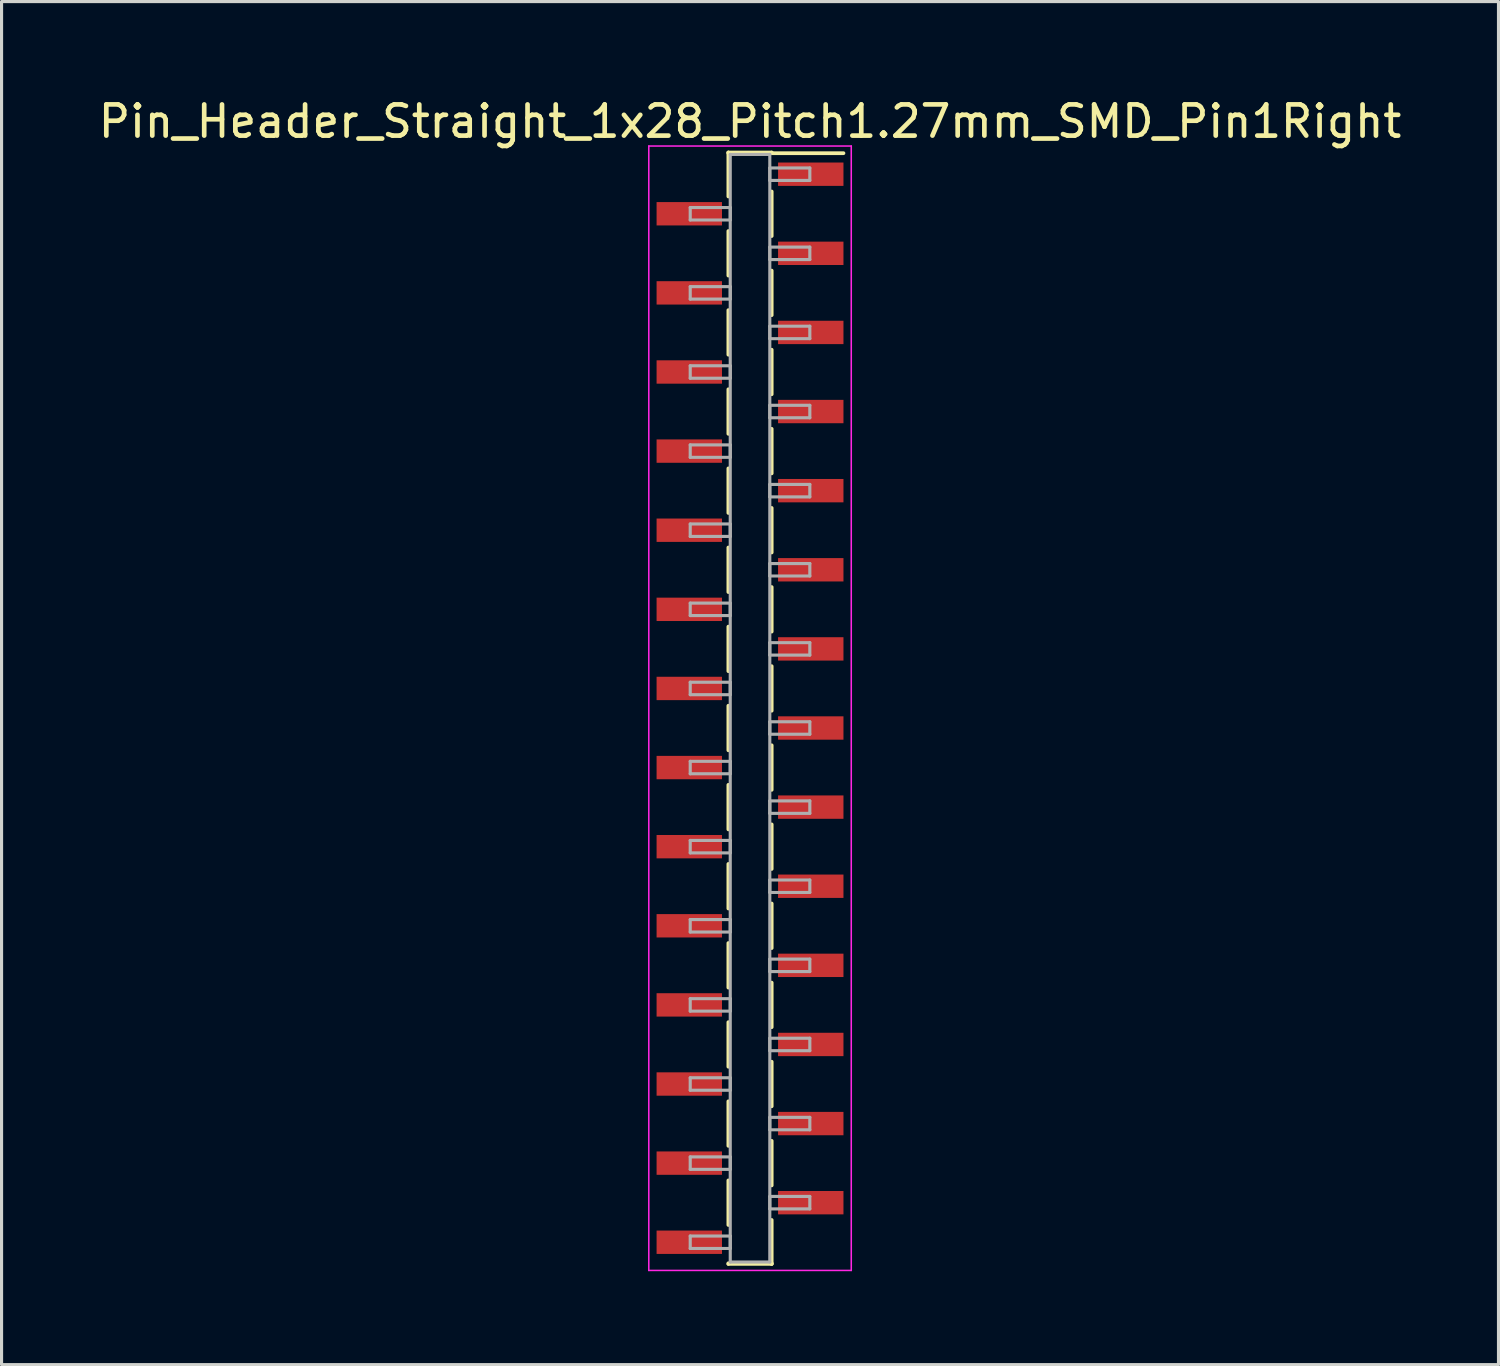
<source format=kicad_pcb>
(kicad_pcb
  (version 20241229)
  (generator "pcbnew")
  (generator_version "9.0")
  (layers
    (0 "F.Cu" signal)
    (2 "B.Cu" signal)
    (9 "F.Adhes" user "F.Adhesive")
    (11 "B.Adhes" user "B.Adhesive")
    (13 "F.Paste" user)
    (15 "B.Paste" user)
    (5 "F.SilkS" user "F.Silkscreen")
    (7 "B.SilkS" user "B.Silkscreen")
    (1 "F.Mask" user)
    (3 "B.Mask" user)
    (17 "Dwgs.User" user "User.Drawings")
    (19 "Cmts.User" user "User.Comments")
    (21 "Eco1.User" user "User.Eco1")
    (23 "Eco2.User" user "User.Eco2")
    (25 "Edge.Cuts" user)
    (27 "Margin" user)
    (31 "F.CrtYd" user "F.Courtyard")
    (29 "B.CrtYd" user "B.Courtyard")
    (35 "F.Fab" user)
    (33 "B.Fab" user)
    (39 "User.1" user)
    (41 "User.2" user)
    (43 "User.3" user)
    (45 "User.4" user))
  (footprint "Pin_Header_Straight_1x28_Pitch1.27mm_SMD_Pin1Right"
    (layer "F.Cu")
    (at 21.03 19.688)
    (property "Reference" "Pin_Header_Straight_1x28_Pitch1.27mm_SMD_Pin1Right" (at 0 -18.84 0) (layer "F.SilkS") (effects (font (size 1 1) (thickness 0.15))))
    (attr smd)
    (fp_line (start -0.695 -17.84) (end -0.695 -16.43) (stroke (width 0.12) (type solid)) (layer "F.SilkS"))
    (fp_line (start -0.695 -17.84) (end 0.695 -17.84) (stroke (width 0.12) (type solid)) (layer "F.SilkS"))
    (fp_line (start -0.695 -17.82) (end -0.695 -17.84) (stroke (width 0.12) (type solid)) (layer "F.SilkS"))
    (fp_line (start -0.695 -15.32) (end -0.695 -13.89) (stroke (width 0.12) (type solid)) (layer "F.SilkS"))
    (fp_line (start -0.695 -12.78) (end -0.695 -11.35) (stroke (width 0.12) (type solid)) (layer "F.SilkS"))
    (fp_line (start -0.695 -10.24) (end -0.695 -8.81) (stroke (width 0.12) (type solid)) (layer "F.SilkS"))
    (fp_line (start -0.695 -7.7) (end -0.695 -6.27) (stroke (width 0.12) (type solid)) (layer "F.SilkS"))
    (fp_line (start -0.695 -5.16) (end -0.695 -3.73) (stroke (width 0.12) (type solid)) (layer "F.SilkS"))
    (fp_line (start -0.695 -2.62) (end -0.695 -1.19) (stroke (width 0.12) (type solid)) (layer "F.SilkS"))
    (fp_line (start -0.695 -0.08) (end -0.695 1.35) (stroke (width 0.12) (type solid)) (layer "F.SilkS"))
    (fp_line (start -0.695 2.46) (end -0.695 3.89) (stroke (width 0.12) (type solid)) (layer "F.SilkS"))
    (fp_line (start -0.695 5) (end -0.695 6.43) (stroke (width 0.12) (type solid)) (layer "F.SilkS"))
    (fp_line (start -0.695 7.54) (end -0.695 8.97) (stroke (width 0.12) (type solid)) (layer "F.SilkS"))
    (fp_line (start -0.695 10.08) (end -0.695 11.51) (stroke (width 0.12) (type solid)) (layer "F.SilkS"))
    (fp_line (start -0.695 12.62) (end -0.695 14.05) (stroke (width 0.12) (type solid)) (layer "F.SilkS"))
    (fp_line (start -0.695 15.16) (end -0.695 16.59) (stroke (width 0.12) (type solid)) (layer "F.SilkS"))
    (fp_line (start -0.695 17.82) (end -0.695 17.84) (stroke (width 0.12) (type solid)) (layer "F.SilkS"))
    (fp_line (start -0.695 17.84) (end 0.695 17.84) (stroke (width 0.12) (type solid)) (layer "F.SilkS"))
    (fp_line (start 0.695 -17.84) (end 0.695 -17.82) (stroke (width 0.12) (type solid)) (layer "F.SilkS"))
    (fp_line (start 0.695 -17.82) (end 3 -17.82) (stroke (width 0.12) (type solid)) (layer "F.SilkS"))
    (fp_line (start 0.695 -16.59) (end 0.695 -15.16) (stroke (width 0.12) (type solid)) (layer "F.SilkS"))
    (fp_line (start 0.695 -14.05) (end 0.695 -12.62) (stroke (width 0.12) (type solid)) (layer "F.SilkS"))
    (fp_line (start 0.695 -11.51) (end 0.695 -10.08) (stroke (width 0.12) (type solid)) (layer "F.SilkS"))
    (fp_line (start 0.695 -8.97) (end 0.695 -7.54) (stroke (width 0.12) (type solid)) (layer "F.SilkS"))
    (fp_line (start 0.695 -6.43) (end 0.695 -5) (stroke (width 0.12) (type solid)) (layer "F.SilkS"))
    (fp_line (start 0.695 -3.89) (end 0.695 -2.46) (stroke (width 0.12) (type solid)) (layer "F.SilkS"))
    (fp_line (start 0.695 -1.35) (end 0.695 0.08) (stroke (width 0.12) (type solid)) (layer "F.SilkS"))
    (fp_line (start 0.695 1.19) (end 0.695 2.62) (stroke (width 0.12) (type solid)) (layer "F.SilkS"))
    (fp_line (start 0.695 3.73) (end 0.695 5.16) (stroke (width 0.12) (type solid)) (layer "F.SilkS"))
    (fp_line (start 0.695 6.27) (end 0.695 7.7) (stroke (width 0.12) (type solid)) (layer "F.SilkS"))
    (fp_line (start 0.695 8.81) (end 0.695 10.24) (stroke (width 0.12) (type solid)) (layer "F.SilkS"))
    (fp_line (start 0.695 11.35) (end 0.695 12.78) (stroke (width 0.12) (type solid)) (layer "F.SilkS"))
    (fp_line (start 0.695 13.89) (end 0.695 15.32) (stroke (width 0.12) (type solid)) (layer "F.SilkS"))
    (fp_line (start 0.695 16.43) (end 0.695 17.84) (stroke (width 0.12) (type solid)) (layer "F.SilkS"))
    (fp_line (start 0.695 17.84) (end 0.695 17.82) (stroke (width 0.12) (type solid)) (layer "F.SilkS"))
    (fp_line (start -3.25 -18.05) (end -3.25 18.05) (stroke (width 0.05) (type solid)) (layer "F.CrtYd"))
    (fp_line (start -3.25 18.05) (end 3.25 18.05) (stroke (width 0.05) (type solid)) (layer "F.CrtYd"))
    (fp_line (start 3.25 -18.05) (end -3.25 -18.05) (stroke (width 0.05) (type solid)) (layer "F.CrtYd"))
    (fp_line (start 3.25 18.05) (end 3.25 -18.05) (stroke (width 0.05) (type solid)) (layer "F.CrtYd"))
    (fp_line (start -1.92 -16.075) (end -0.635 -16.075) (stroke (width 0.1) (type solid)) (layer "F.Fab"))
    (fp_line (start -1.92 -15.675) (end -1.92 -16.075) (stroke (width 0.1) (type solid)) (layer "F.Fab"))
    (fp_line (start -1.92 -13.535) (end -0.635 -13.535) (stroke (width 0.1) (type solid)) (layer "F.Fab"))
    (fp_line (start -1.92 -13.135) (end -1.92 -13.535) (stroke (width 0.1) (type solid)) (layer "F.Fab"))
    (fp_line (start -1.92 -10.995) (end -0.635 -10.995) (stroke (width 0.1) (type solid)) (layer "F.Fab"))
    (fp_line (start -1.92 -10.595) (end -1.92 -10.995) (stroke (width 0.1) (type solid)) (layer "F.Fab"))
    (fp_line (start -1.92 -8.455) (end -0.635 -8.455) (stroke (width 0.1) (type solid)) (layer "F.Fab"))
    (fp_line (start -1.92 -8.055) (end -1.92 -8.455) (stroke (width 0.1) (type solid)) (layer "F.Fab"))
    (fp_line (start -1.92 -5.915) (end -0.635 -5.915) (stroke (width 0.1) (type solid)) (layer "F.Fab"))
    (fp_line (start -1.92 -5.515) (end -1.92 -5.915) (stroke (width 0.1) (type solid)) (layer "F.Fab"))
    (fp_line (start -1.92 -3.375) (end -0.635 -3.375) (stroke (width 0.1) (type solid)) (layer "F.Fab"))
    (fp_line (start -1.92 -2.975) (end -1.92 -3.375) (stroke (width 0.1) (type solid)) (layer "F.Fab"))
    (fp_line (start -1.92 -0.835) (end -0.635 -0.835) (stroke (width 0.1) (type solid)) (layer "F.Fab"))
    (fp_line (start -1.92 -0.435) (end -1.92 -0.835) (stroke (width 0.1) (type solid)) (layer "F.Fab"))
    (fp_line (start -1.92 1.705) (end -0.635 1.705) (stroke (width 0.1) (type solid)) (layer "F.Fab"))
    (fp_line (start -1.92 2.105) (end -1.92 1.705) (stroke (width 0.1) (type solid)) (layer "F.Fab"))
    (fp_line (start -1.92 4.245) (end -0.635 4.245) (stroke (width 0.1) (type solid)) (layer "F.Fab"))
    (fp_line (start -1.92 4.645) (end -1.92 4.245) (stroke (width 0.1) (type solid)) (layer "F.Fab"))
    (fp_line (start -1.92 6.785) (end -0.635 6.785) (stroke (width 0.1) (type solid)) (layer "F.Fab"))
    (fp_line (start -1.92 7.185) (end -1.92 6.785) (stroke (width 0.1) (type solid)) (layer "F.Fab"))
    (fp_line (start -1.92 9.325) (end -0.635 9.325) (stroke (width 0.1) (type solid)) (layer "F.Fab"))
    (fp_line (start -1.92 9.725) (end -1.92 9.325) (stroke (width 0.1) (type solid)) (layer "F.Fab"))
    (fp_line (start -1.92 11.865) (end -0.635 11.865) (stroke (width 0.1) (type solid)) (layer "F.Fab"))
    (fp_line (start -1.92 12.265) (end -1.92 11.865) (stroke (width 0.1) (type solid)) (layer "F.Fab"))
    (fp_line (start -1.92 14.405) (end -0.635 14.405) (stroke (width 0.1) (type solid)) (layer "F.Fab"))
    (fp_line (start -1.92 14.805) (end -1.92 14.405) (stroke (width 0.1) (type solid)) (layer "F.Fab"))
    (fp_line (start -1.92 16.945) (end -0.635 16.945) (stroke (width 0.1) (type solid)) (layer "F.Fab"))
    (fp_line (start -1.92 17.345) (end -1.92 16.945) (stroke (width 0.1) (type solid)) (layer "F.Fab"))
    (fp_line (start -0.635 -17.78) (end -0.635 17.78) (stroke (width 0.1) (type solid)) (layer "F.Fab"))
    (fp_line (start -0.635 -16.075) (end -0.635 -15.675) (stroke (width 0.1) (type solid)) (layer "F.Fab"))
    (fp_line (start -0.635 -15.675) (end -1.92 -15.675) (stroke (width 0.1) (type solid)) (layer "F.Fab"))
    (fp_line (start -0.635 -13.535) (end -0.635 -13.135) (stroke (width 0.1) (type solid)) (layer "F.Fab"))
    (fp_line (start -0.635 -13.135) (end -1.92 -13.135) (stroke (width 0.1) (type solid)) (layer "F.Fab"))
    (fp_line (start -0.635 -10.995) (end -0.635 -10.595) (stroke (width 0.1) (type solid)) (layer "F.Fab"))
    (fp_line (start -0.635 -10.595) (end -1.92 -10.595) (stroke (width 0.1) (type solid)) (layer "F.Fab"))
    (fp_line (start -0.635 -8.455) (end -0.635 -8.055) (stroke (width 0.1) (type solid)) (layer "F.Fab"))
    (fp_line (start -0.635 -8.055) (end -1.92 -8.055) (stroke (width 0.1) (type solid)) (layer "F.Fab"))
    (fp_line (start -0.635 -5.915) (end -0.635 -5.515) (stroke (width 0.1) (type solid)) (layer "F.Fab"))
    (fp_line (start -0.635 -5.515) (end -1.92 -5.515) (stroke (width 0.1) (type solid)) (layer "F.Fab"))
    (fp_line (start -0.635 -3.375) (end -0.635 -2.975) (stroke (width 0.1) (type solid)) (layer "F.Fab"))
    (fp_line (start -0.635 -2.975) (end -1.92 -2.975) (stroke (width 0.1) (type solid)) (layer "F.Fab"))
    (fp_line (start -0.635 -0.835) (end -0.635 -0.435) (stroke (width 0.1) (type solid)) (layer "F.Fab"))
    (fp_line (start -0.635 -0.435) (end -1.92 -0.435) (stroke (width 0.1) (type solid)) (layer "F.Fab"))
    (fp_line (start -0.635 1.705) (end -0.635 2.105) (stroke (width 0.1) (type solid)) (layer "F.Fab"))
    (fp_line (start -0.635 2.105) (end -1.92 2.105) (stroke (width 0.1) (type solid)) (layer "F.Fab"))
    (fp_line (start -0.635 4.245) (end -0.635 4.645) (stroke (width 0.1) (type solid)) (layer "F.Fab"))
    (fp_line (start -0.635 4.645) (end -1.92 4.645) (stroke (width 0.1) (type solid)) (layer "F.Fab"))
    (fp_line (start -0.635 6.785) (end -0.635 7.185) (stroke (width 0.1) (type solid)) (layer "F.Fab"))
    (fp_line (start -0.635 7.185) (end -1.92 7.185) (stroke (width 0.1) (type solid)) (layer "F.Fab"))
    (fp_line (start -0.635 9.325) (end -0.635 9.725) (stroke (width 0.1) (type solid)) (layer "F.Fab"))
    (fp_line (start -0.635 9.725) (end -1.92 9.725) (stroke (width 0.1) (type solid)) (layer "F.Fab"))
    (fp_line (start -0.635 11.865) (end -0.635 12.265) (stroke (width 0.1) (type solid)) (layer "F.Fab"))
    (fp_line (start -0.635 12.265) (end -1.92 12.265) (stroke (width 0.1) (type solid)) (layer "F.Fab"))
    (fp_line (start -0.635 14.405) (end -0.635 14.805) (stroke (width 0.1) (type solid)) (layer "F.Fab"))
    (fp_line (start -0.635 14.805) (end -1.92 14.805) (stroke (width 0.1) (type solid)) (layer "F.Fab"))
    (fp_line (start -0.635 16.945) (end -0.635 17.345) (stroke (width 0.1) (type solid)) (layer "F.Fab"))
    (fp_line (start -0.635 17.345) (end -1.92 17.345) (stroke (width 0.1) (type solid)) (layer "F.Fab"))
    (fp_line (start -0.635 17.78) (end 0.635 17.78) (stroke (width 0.1) (type solid)) (layer "F.Fab"))
    (fp_line (start 0.635 -17.78) (end -0.635 -17.78) (stroke (width 0.1) (type solid)) (layer "F.Fab"))
    (fp_line (start 0.635 -17.345) (end 0.635 -16.945) (stroke (width 0.1) (type solid)) (layer "F.Fab"))
    (fp_line (start 0.635 -16.945) (end 1.92 -16.945) (stroke (width 0.1) (type solid)) (layer "F.Fab"))
    (fp_line (start 0.635 -14.805) (end 0.635 -14.405) (stroke (width 0.1) (type solid)) (layer "F.Fab"))
    (fp_line (start 0.635 -14.405) (end 1.92 -14.405) (stroke (width 0.1) (type solid)) (layer "F.Fab"))
    (fp_line (start 0.635 -12.265) (end 0.635 -11.865) (stroke (width 0.1) (type solid)) (layer "F.Fab"))
    (fp_line (start 0.635 -11.865) (end 1.92 -11.865) (stroke (width 0.1) (type solid)) (layer "F.Fab"))
    (fp_line (start 0.635 -9.725) (end 0.635 -9.325) (stroke (width 0.1) (type solid)) (layer "F.Fab"))
    (fp_line (start 0.635 -9.325) (end 1.92 -9.325) (stroke (width 0.1) (type solid)) (layer "F.Fab"))
    (fp_line (start 0.635 -7.185) (end 0.635 -6.785) (stroke (width 0.1) (type solid)) (layer "F.Fab"))
    (fp_line (start 0.635 -6.785) (end 1.92 -6.785) (stroke (width 0.1) (type solid)) (layer "F.Fab"))
    (fp_line (start 0.635 -4.645) (end 0.635 -4.245) (stroke (width 0.1) (type solid)) (layer "F.Fab"))
    (fp_line (start 0.635 -4.245) (end 1.92 -4.245) (stroke (width 0.1) (type solid)) (layer "F.Fab"))
    (fp_line (start 0.635 -2.105) (end 0.635 -1.705) (stroke (width 0.1) (type solid)) (layer "F.Fab"))
    (fp_line (start 0.635 -1.705) (end 1.92 -1.705) (stroke (width 0.1) (type solid)) (layer "F.Fab"))
    (fp_line (start 0.635 0.435) (end 0.635 0.835) (stroke (width 0.1) (type solid)) (layer "F.Fab"))
    (fp_line (start 0.635 0.835) (end 1.92 0.835) (stroke (width 0.1) (type solid)) (layer "F.Fab"))
    (fp_line (start 0.635 2.975) (end 0.635 3.375) (stroke (width 0.1) (type solid)) (layer "F.Fab"))
    (fp_line (start 0.635 3.375) (end 1.92 3.375) (stroke (width 0.1) (type solid)) (layer "F.Fab"))
    (fp_line (start 0.635 5.515) (end 0.635 5.915) (stroke (width 0.1) (type solid)) (layer "F.Fab"))
    (fp_line (start 0.635 5.915) (end 1.92 5.915) (stroke (width 0.1) (type solid)) (layer "F.Fab"))
    (fp_line (start 0.635 8.055) (end 0.635 8.455) (stroke (width 0.1) (type solid)) (layer "F.Fab"))
    (fp_line (start 0.635 8.455) (end 1.92 8.455) (stroke (width 0.1) (type solid)) (layer "F.Fab"))
    (fp_line (start 0.635 10.595) (end 0.635 10.995) (stroke (width 0.1) (type solid)) (layer "F.Fab"))
    (fp_line (start 0.635 10.995) (end 1.92 10.995) (stroke (width 0.1) (type solid)) (layer "F.Fab"))
    (fp_line (start 0.635 13.135) (end 0.635 13.535) (stroke (width 0.1) (type solid)) (layer "F.Fab"))
    (fp_line (start 0.635 13.535) (end 1.92 13.535) (stroke (width 0.1) (type solid)) (layer "F.Fab"))
    (fp_line (start 0.635 15.675) (end 0.635 16.075) (stroke (width 0.1) (type solid)) (layer "F.Fab"))
    (fp_line (start 0.635 16.075) (end 1.92 16.075) (stroke (width 0.1) (type solid)) (layer "F.Fab"))
    (fp_line (start 0.635 17.78) (end 0.635 -17.78) (stroke (width 0.1) (type solid)) (layer "F.Fab"))
    (fp_line (start 1.92 -17.345) (end 0.635 -17.345) (stroke (width 0.1) (type solid)) (layer "F.Fab"))
    (fp_line (start 1.92 -16.945) (end 1.92 -17.345) (stroke (width 0.1) (type solid)) (layer "F.Fab"))
    (fp_line (start 1.92 -14.805) (end 0.635 -14.805) (stroke (width 0.1) (type solid)) (layer "F.Fab"))
    (fp_line (start 1.92 -14.405) (end 1.92 -14.805) (stroke (width 0.1) (type solid)) (layer "F.Fab"))
    (fp_line (start 1.92 -12.265) (end 0.635 -12.265) (stroke (width 0.1) (type solid)) (layer "F.Fab"))
    (fp_line (start 1.92 -11.865) (end 1.92 -12.265) (stroke (width 0.1) (type solid)) (layer "F.Fab"))
    (fp_line (start 1.92 -9.725) (end 0.635 -9.725) (stroke (width 0.1) (type solid)) (layer "F.Fab"))
    (fp_line (start 1.92 -9.325) (end 1.92 -9.725) (stroke (width 0.1) (type solid)) (layer "F.Fab"))
    (fp_line (start 1.92 -7.185) (end 0.635 -7.185) (stroke (width 0.1) (type solid)) (layer "F.Fab"))
    (fp_line (start 1.92 -6.785) (end 1.92 -7.185) (stroke (width 0.1) (type solid)) (layer "F.Fab"))
    (fp_line (start 1.92 -4.645) (end 0.635 -4.645) (stroke (width 0.1) (type solid)) (layer "F.Fab"))
    (fp_line (start 1.92 -4.245) (end 1.92 -4.645) (stroke (width 0.1) (type solid)) (layer "F.Fab"))
    (fp_line (start 1.92 -2.105) (end 0.635 -2.105) (stroke (width 0.1) (type solid)) (layer "F.Fab"))
    (fp_line (start 1.92 -1.705) (end 1.92 -2.105) (stroke (width 0.1) (type solid)) (layer "F.Fab"))
    (fp_line (start 1.92 0.435) (end 0.635 0.435) (stroke (width 0.1) (type solid)) (layer "F.Fab"))
    (fp_line (start 1.92 0.835) (end 1.92 0.435) (stroke (width 0.1) (type solid)) (layer "F.Fab"))
    (fp_line (start 1.92 2.975) (end 0.635 2.975) (stroke (width 0.1) (type solid)) (layer "F.Fab"))
    (fp_line (start 1.92 3.375) (end 1.92 2.975) (stroke (width 0.1) (type solid)) (layer "F.Fab"))
    (fp_line (start 1.92 5.515) (end 0.635 5.515) (stroke (width 0.1) (type solid)) (layer "F.Fab"))
    (fp_line (start 1.92 5.915) (end 1.92 5.515) (stroke (width 0.1) (type solid)) (layer "F.Fab"))
    (fp_line (start 1.92 8.055) (end 0.635 8.055) (stroke (width 0.1) (type solid)) (layer "F.Fab"))
    (fp_line (start 1.92 8.455) (end 1.92 8.055) (stroke (width 0.1) (type solid)) (layer "F.Fab"))
    (fp_line (start 1.92 10.595) (end 0.635 10.595) (stroke (width 0.1) (type solid)) (layer "F.Fab"))
    (fp_line (start 1.92 10.995) (end 1.92 10.595) (stroke (width 0.1) (type solid)) (layer "F.Fab"))
    (fp_line (start 1.92 13.135) (end 0.635 13.135) (stroke (width 0.1) (type solid)) (layer "F.Fab"))
    (fp_line (start 1.92 13.535) (end 1.92 13.135) (stroke (width 0.1) (type solid)) (layer "F.Fab"))
    (fp_line (start 1.92 15.675) (end 0.635 15.675) (stroke (width 0.1) (type solid)) (layer "F.Fab"))
    (fp_line (start 1.92 16.075) (end 1.92 15.675) (stroke (width 0.1) (type solid)) (layer "F.Fab"))
    (pad "1" smd rect (at 1.95 -17.145) (size 2.1 0.75) (layers "F.Cu" "F.Mask"))
    (pad "2" smd rect (at -1.95 -15.875) (size 2.1 0.75) (layers "F.Cu" "F.Mask"))
    (pad "3" smd rect (at 1.95 -14.605) (size 2.1 0.75) (layers "F.Cu" "F.Mask"))
    (pad "4" smd rect (at -1.95 -13.335) (size 2.1 0.75) (layers "F.Cu" "F.Mask"))
    (pad "5" smd rect (at 1.95 -12.065) (size 2.1 0.75) (layers "F.Cu" "F.Mask"))
    (pad "6" smd rect (at -1.95 -10.795) (size 2.1 0.75) (layers "F.Cu" "F.Mask"))
    (pad "7" smd rect (at 1.95 -9.525) (size 2.1 0.75) (layers "F.Cu" "F.Mask"))
    (pad "8" smd rect (at -1.95 -8.255) (size 2.1 0.75) (layers "F.Cu" "F.Mask"))
    (pad "9" smd rect (at 1.95 -6.985) (size 2.1 0.75) (layers "F.Cu" "F.Mask"))
    (pad "10" smd rect (at -1.95 -5.715) (size 2.1 0.75) (layers "F.Cu" "F.Mask"))
    (pad "11" smd rect (at 1.95 -4.445) (size 2.1 0.75) (layers "F.Cu" "F.Mask"))
    (pad "12" smd rect (at -1.95 -3.175) (size 2.1 0.75) (layers "F.Cu" "F.Mask"))
    (pad "13" smd rect (at 1.95 -1.905) (size 2.1 0.75) (layers "F.Cu" "F.Mask"))
    (pad "14" smd rect (at -1.95 -0.635) (size 2.1 0.75) (layers "F.Cu" "F.Mask"))
    (pad "15" smd rect (at 1.95 0.635) (size 2.1 0.75) (layers "F.Cu" "F.Mask"))
    (pad "16" smd rect (at -1.95 1.905) (size 2.1 0.75) (layers "F.Cu" "F.Mask"))
    (pad "17" smd rect (at 1.95 3.175) (size 2.1 0.75) (layers "F.Cu" "F.Mask"))
    (pad "18" smd rect (at -1.95 4.445) (size 2.1 0.75) (layers "F.Cu" "F.Mask"))
    (pad "19" smd rect (at 1.95 5.715) (size 2.1 0.75) (layers "F.Cu" "F.Mask"))
    (pad "20" smd rect (at -1.95 6.985) (size 2.1 0.75) (layers "F.Cu" "F.Mask"))
    (pad "21" smd rect (at 1.95 8.255) (size 2.1 0.75) (layers "F.Cu" "F.Mask"))
    (pad "22" smd rect (at -1.95 9.525) (size 2.1 0.75) (layers "F.Cu" "F.Mask"))
    (pad "23" smd rect (at 1.95 10.795) (size 2.1 0.75) (layers "F.Cu" "F.Mask"))
    (pad "24" smd rect (at -1.95 12.065) (size 2.1 0.75) (layers "F.Cu" "F.Mask"))
    (pad "25" smd rect (at 1.95 13.335) (size 2.1 0.75) (layers "F.Cu" "F.Mask"))
    (pad "26" smd rect (at -1.95 14.605) (size 2.1 0.75) (layers "F.Cu" "F.Mask"))
    (pad "27" smd rect (at 1.95 15.875) (size 2.1 0.75) (layers "F.Cu" "F.Mask"))
    (pad "28" smd rect (at -1.95 17.145) (size 2.1 0.75) (layers "F.Cu" "F.Mask")))
  (gr_rect
    (start -3 -3)
    (end 45.06 40.763)
    (stroke (width 0.1) (type default))
    (fill no)
    (layer "Edge.Cuts")))
</source>
